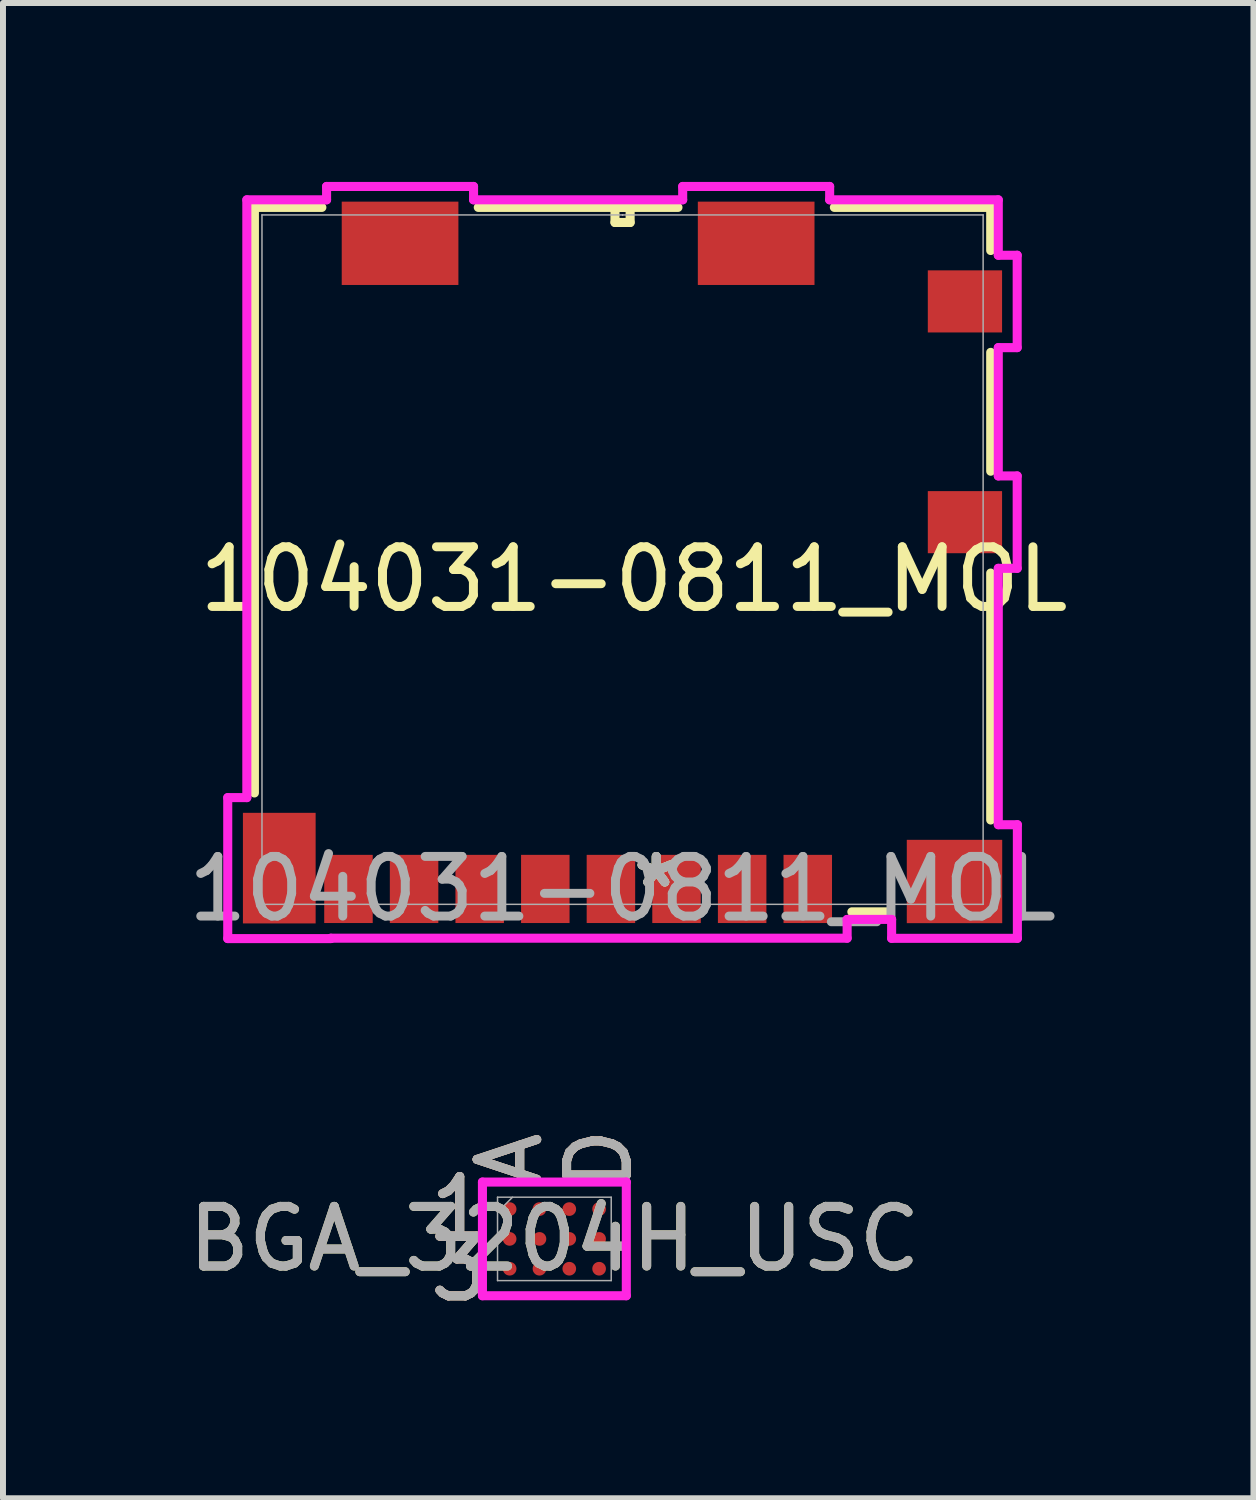
<source format=kicad_pcb>
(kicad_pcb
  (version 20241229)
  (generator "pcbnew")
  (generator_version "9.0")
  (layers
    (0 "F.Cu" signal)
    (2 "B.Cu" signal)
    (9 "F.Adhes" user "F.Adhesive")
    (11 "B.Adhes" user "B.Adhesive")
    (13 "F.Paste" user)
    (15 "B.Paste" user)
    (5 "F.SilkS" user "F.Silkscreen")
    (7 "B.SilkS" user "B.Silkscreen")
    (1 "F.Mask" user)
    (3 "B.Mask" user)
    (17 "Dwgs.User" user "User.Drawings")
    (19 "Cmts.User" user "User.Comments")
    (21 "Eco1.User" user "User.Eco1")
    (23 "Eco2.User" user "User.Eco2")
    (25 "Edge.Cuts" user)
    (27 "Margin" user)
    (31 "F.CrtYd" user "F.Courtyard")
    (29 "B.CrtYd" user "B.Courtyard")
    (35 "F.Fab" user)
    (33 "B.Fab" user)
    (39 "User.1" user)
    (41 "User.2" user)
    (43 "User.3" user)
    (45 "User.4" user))
  (footprint "BGA_3204H_USC"
    (layer "F.Cu")
    (at 6.244 17.72)
    (property "Reference" "BGA_3204H_USC" (at 0 0 0) (unlocked yes) (layer "F.SilkS") (effects (font (size 1 1) (thickness 0.15))))
    (attr smd)
    (fp_poly (pts (xy -1.445 -1.195) (xy 1.445 -1.195) (xy 1.445 1.195) (xy -1.445 1.195)) (stroke (width 0.1) (type solid)) (fill no) (layer "Eco2.User"))
    (fp_line (start -1.206 -0.953) (end 1.206 -0.953) (stroke (width 0.152) (type solid)) (layer "F.CrtYd"))
    (fp_line (start -1.206 0.953) (end -1.206 -0.953) (stroke (width 0.152) (type solid)) (layer "F.CrtYd"))
    (fp_line (start 1.206 -0.953) (end 1.206 0.953) (stroke (width 0.152) (type solid)) (layer "F.CrtYd"))
    (fp_line (start 1.206 0.953) (end -1.206 0.953) (stroke (width 0.152) (type solid)) (layer "F.CrtYd"))
    (fp_line (start -0.953 -0.699) (end -0.953 0.699) (stroke (width 0.025) (type solid)) (layer "F.Fab"))
    (fp_line (start -0.953 0.699) (end 0.953 0.699) (stroke (width 0.025) (type solid)) (layer "F.Fab"))
    (fp_line (start -0.702 -0.699) (end -0.953 -0.448) (stroke (width 0.025) (type solid)) (layer "F.Fab"))
    (fp_line (start 0.953 -0.699) (end -0.953 -0.699) (stroke (width 0.025) (type solid)) (layer "F.Fab"))
    (fp_line (start 0.953 0.699) (end 0.953 -0.699) (stroke (width 0.025) (type solid)) (layer "F.Fab"))
    (fp_text user "1" (at -1.587 -0.5 0) (unlocked yes) (layer "F.SilkS") (effects (font (size 1 1) (thickness 0.15))))
    (fp_text user "A" (at -0.75 -1.333 90) (unlocked yes) (layer "F.SilkS") (effects (font (size 1 1) (thickness 0.15))))
    (fp_text user "D" (at 0.75 -1.333 90) (unlocked yes) (layer "F.SilkS") (effects (font (size 1 1) (thickness 0.15))))
    (fp_text user "3" (at -1.587 0.5 0) (unlocked yes) (layer "F.SilkS") (effects (font (size 1 1) (thickness 0.15))))
    (fp_text user "D" (at 0.75 -1.333 90) (unlocked yes) (layer "B.SilkS") (effects (font (size 1 1) (thickness 0.15))))
    (fp_text user "A" (at -0.75 -1.333 90) (unlocked yes) (layer "B.SilkS") (effects (font (size 1 1) (thickness 0.15))))
    (fp_text user "3" (at -1.587 0.5 0) (unlocked yes) (layer "B.SilkS") (effects (font (size 1 1) (thickness 0.15))))
    (fp_text user "1" (at -1.587 -0.5 0) (unlocked yes) (layer "B.SilkS") (effects (font (size 1 1) (thickness 0.15))))
    (fp_text user "D" (at 0.75 -1.333 90) (unlocked yes) (layer "F.Fab") (effects (font (size 1 1) (thickness 0.15))))
    (fp_text user "1" (at -1.587 -0.5 0) (unlocked yes) (layer "F.Fab") (effects (font (size 1 1) (thickness 0.15))))
    (fp_text user "A" (at -0.75 -1.333 90) (unlocked yes) (layer "F.Fab") (effects (font (size 1 1) (thickness 0.15))))
    (fp_text user "3" (at -1.587 0.5 0) (unlocked yes) (layer "F.Fab") (effects (font (size 1 1) (thickness 0.15))))
    (fp_text user "${REFERENCE}" (at 0 0 0) (unlocked yes) (layer "F.Fab") (effects (font (size 1 1) (thickness 0.15))))
    (pad "A1" smd circle (at -0.75 -0.5) (size 0.229 0.229) (layers "F.Cu" "F.Mask" "F.Paste"))
    (pad "A2" smd circle (at -0.75 0) (size 0.229 0.229) (layers "F.Cu" "F.Mask" "F.Paste"))
    (pad "A3" smd circle (at -0.75 0.5) (size 0.229 0.229) (layers "F.Cu" "F.Mask" "F.Paste"))
    (pad "B1" smd circle (at -0.25 -0.5) (size 0.229 0.229) (layers "F.Cu" "F.Mask" "F.Paste"))
    (pad "B2" smd circle (at -0.25 0) (size 0.229 0.229) (layers "F.Cu" "F.Mask" "F.Paste"))
    (pad "B3" smd circle (at -0.25 0.5) (size 0.229 0.229) (layers "F.Cu" "F.Mask" "F.Paste"))
    (pad "C1" smd circle (at 0.25 -0.5) (size 0.229 0.229) (layers "F.Cu" "F.Mask" "F.Paste"))
    (pad "C2" smd circle (at 0.25 0) (size 0.229 0.229) (layers "F.Cu" "F.Mask" "F.Paste"))
    (pad "C3" smd circle (at 0.25 0.5) (size 0.229 0.229) (layers "F.Cu" "F.Mask" "F.Paste"))
    (pad "D1" smd circle (at 0.75 -0.5) (size 0.229 0.229) (layers "F.Cu" "F.Mask" "F.Paste"))
    (pad "D2" smd circle (at 0.75 0) (size 0.229 0.229) (layers "F.Cu" "F.Mask" "F.Paste"))
    (pad "D3" smd circle (at 0.75 0.5) (size 0.229 0.229) (layers "F.Cu" "F.Mask" "F.Paste")))
  (footprint "104031-0811_MOL"
    (layer "F.Cu")
    (at 7.387 6.332)
    (property "Reference" "104031-0811_MOL" (at 0.19 0.33 0) (unlocked yes) (layer "F.SilkS") (effects (font (size 1 1) (thickness 0.15))))
    (attr smd)
    (fp_line (start -6.172 -5.905) (end -6.172 3.912) (stroke (width 0.152) (type solid)) (layer "F.SilkS"))
    (fp_line (start -5.041 -5.905) (end -6.172 -5.905) (stroke (width 0.152) (type solid)) (layer "F.SilkS"))
    (fp_line (start -0.127 -5.905) (end -0.127 -5.652) (stroke (width 0.152) (type solid)) (layer "F.SilkS"))
    (fp_line (start -0.127 -5.652) (end 0.127 -5.652) (stroke (width 0.152) (type solid)) (layer "F.SilkS"))
    (fp_line (start 0.127 -5.905) (end -0.127 -5.905) (stroke (width 0.152) (type solid)) (layer "F.SilkS"))
    (fp_line (start 0.127 -5.652) (end 0.127 -5.905) (stroke (width 0.152) (type solid)) (layer "F.SilkS"))
    (fp_line (start 0.929 -5.905) (end -2.419 -5.905) (stroke (width 0.152) (type solid)) (layer "F.SilkS"))
    (fp_line (start 3.844 5.905) (end 4.432 5.905) (stroke (width 0.152) (type solid)) (layer "F.SilkS"))
    (fp_line (start 6.172 -5.905) (end 3.551 -5.905) (stroke (width 0.152) (type solid)) (layer "F.SilkS"))
    (fp_line (start 6.172 -5.182) (end 6.172 -5.905) (stroke (width 0.152) (type solid)) (layer "F.SilkS"))
    (fp_line (start 6.172 -1.482) (end 6.172 -3.475) (stroke (width 0.152) (type solid)) (layer "F.SilkS"))
    (fp_line (start 6.172 4.365) (end 6.172 0.225) (stroke (width 0.152) (type solid)) (layer "F.SilkS"))
    (fp_line (start -6.619 3.99) (end -6.619 6.353) (stroke (width 0.152) (type solid)) (layer "F.CrtYd"))
    (fp_line (start -6.619 6.353) (end -4.891 6.353) (stroke (width 0.152) (type solid)) (layer "F.CrtYd"))
    (fp_line (start -6.299 -6.032) (end -6.299 3.99) (stroke (width 0.152) (type solid)) (layer "F.CrtYd"))
    (fp_line (start -6.299 3.99) (end -6.619 3.99) (stroke (width 0.152) (type solid)) (layer "F.CrtYd"))
    (fp_line (start -4.962 -6.256) (end -4.962 -6.032) (stroke (width 0.152) (type solid)) (layer "F.CrtYd"))
    (fp_line (start -4.962 -6.032) (end -6.299 -6.032) (stroke (width 0.152) (type solid)) (layer "F.CrtYd"))
    (fp_line (start -4.891 6.347) (end 3.765 6.347) (stroke (width 0.152) (type solid)) (layer "F.CrtYd"))
    (fp_line (start -4.891 6.353) (end -4.891 6.347) (stroke (width 0.152) (type solid)) (layer "F.CrtYd"))
    (fp_line (start -2.498 -6.256) (end -4.962 -6.256) (stroke (width 0.152) (type solid)) (layer "F.CrtYd"))
    (fp_line (start -2.498 -6.032) (end -2.498 -6.256) (stroke (width 0.152) (type solid)) (layer "F.CrtYd"))
    (fp_line (start 1.008 -6.256) (end 1.008 -6.032) (stroke (width 0.152) (type solid)) (layer "F.CrtYd"))
    (fp_line (start 1.008 -6.032) (end -2.498 -6.032) (stroke (width 0.152) (type solid)) (layer "F.CrtYd"))
    (fp_line (start 3.472 -6.256) (end 1.008 -6.256) (stroke (width 0.152) (type solid)) (layer "F.CrtYd"))
    (fp_line (start 3.472 -6.032) (end 3.472 -6.256) (stroke (width 0.152) (type solid)) (layer "F.CrtYd"))
    (fp_line (start 3.765 6.032) (end 4.511 6.032) (stroke (width 0.152) (type solid)) (layer "F.CrtYd"))
    (fp_line (start 3.765 6.347) (end 3.765 6.032) (stroke (width 0.152) (type solid)) (layer "F.CrtYd"))
    (fp_line (start 4.511 6.032) (end 4.511 6.349) (stroke (width 0.152) (type solid)) (layer "F.CrtYd"))
    (fp_line (start 4.511 6.349) (end 6.619 6.349) (stroke (width 0.152) (type solid)) (layer "F.CrtYd"))
    (fp_line (start 6.299 -6.032) (end 3.472 -6.032) (stroke (width 0.152) (type solid)) (layer "F.CrtYd"))
    (fp_line (start 6.299 -5.103) (end 6.299 -6.032) (stroke (width 0.152) (type solid)) (layer "F.CrtYd"))
    (fp_line (start 6.299 -3.554) (end 6.616 -3.554) (stroke (width 0.152) (type solid)) (layer "F.CrtYd"))
    (fp_line (start 6.299 -1.403) (end 6.299 -3.554) (stroke (width 0.152) (type solid)) (layer "F.CrtYd"))
    (fp_line (start 6.299 0.146) (end 6.616 0.146) (stroke (width 0.152) (type solid)) (layer "F.CrtYd"))
    (fp_line (start 6.299 4.444) (end 6.299 0.146) (stroke (width 0.152) (type solid)) (layer "F.CrtYd"))
    (fp_line (start 6.616 -5.103) (end 6.299 -5.103) (stroke (width 0.152) (type solid)) (layer "F.CrtYd"))
    (fp_line (start 6.616 -3.554) (end 6.616 -5.103) (stroke (width 0.152) (type solid)) (layer "F.CrtYd"))
    (fp_line (start 6.616 -1.403) (end 6.299 -1.403) (stroke (width 0.152) (type solid)) (layer "F.CrtYd"))
    (fp_line (start 6.616 0.146) (end 6.616 -1.403) (stroke (width 0.152) (type solid)) (layer "F.CrtYd"))
    (fp_line (start 6.619 4.444) (end 6.299 4.444) (stroke (width 0.152) (type solid)) (layer "F.CrtYd"))
    (fp_line (start 6.619 6.349) (end 6.619 4.444) (stroke (width 0.152) (type solid)) (layer "F.CrtYd"))
    (fp_line (start -6.045 -5.779) (end -6.045 5.779) (stroke (width 0.025) (type solid)) (layer "F.Fab"))
    (fp_line (start -6.045 5.779) (end 6.045 5.779) (stroke (width 0.025) (type solid)) (layer "F.Fab"))
    (fp_line (start 0 -5.779) (end 0 -5.779) (stroke (width 0.025) (type solid)) (layer "F.Fab"))
    (fp_line (start 0 -5.779) (end 0 -5.779) (stroke (width 0.025) (type solid)) (layer "F.Fab"))
    (fp_line (start 0 -5.779) (end 0 -5.779) (stroke (width 0.025) (type solid)) (layer "F.Fab"))
    (fp_line (start 0 -5.779) (end 0 -5.779) (stroke (width 0.025) (type solid)) (layer "F.Fab"))
    (fp_line (start 6.045 -5.779) (end -6.045 -5.779) (stroke (width 0.025) (type solid)) (layer "F.Fab"))
    (fp_line (start 6.045 5.779) (end 6.045 -5.779) (stroke (width 0.025) (type solid)) (layer "F.Fab"))
    (fp_text user "*" (at 0.565 5.521 0) (unlocked yes) (layer "F.SilkS") (effects (font (size 1 1) (thickness 0.15))))
    (fp_text user "*" (at 0.565 5.521 0) (layer "F.SilkS") (effects (font (size 1 1) (thickness 0.15))))
    (fp_text user "${REFERENCE}" (at 0 5.521 0) (unlocked yes) (layer "F.Fab") (effects (font (size 1 1) (thickness 0.15))))
    (fp_text user "*" (at 0.565 5.521 0) (layer "F.Fab") (effects (font (size 1 1) (thickness 0.15))))
    (fp_text user "*" (at 0.565 5.521 0) (unlocked yes) (layer "F.Fab") (effects (font (size 1 1) (thickness 0.15))))
    (pad "1" smd rect (at 3.105 5.521) (size 0.813 1.143) (layers "F.Cu" "F.Mask" "F.Paste"))
    (pad "2" smd rect (at 2.005 5.521) (size 0.813 1.143) (layers "F.Cu" "F.Mask" "F.Paste"))
    (pad "3" smd rect (at 0.905 5.521) (size 0.813 1.143) (layers "F.Cu" "F.Mask" "F.Paste"))
    (pad "4" smd rect (at -0.195 5.521) (size 0.813 1.143) (layers "F.Cu" "F.Mask" "F.Paste"))
    (pad "5" smd rect (at -1.295 5.521) (size 0.813 1.143) (layers "F.Cu" "F.Mask" "F.Paste"))
    (pad "6" smd rect (at -2.395 5.521) (size 0.813 1.143) (layers "F.Cu" "F.Mask" "F.Paste"))
    (pad "7" smd rect (at -3.495 5.521) (size 0.813 1.143) (layers "F.Cu" "F.Mask" "F.Paste"))
    (pad "8" smd rect (at -4.595 5.521) (size 0.813 1.143) (layers "F.Cu" "F.Mask" "F.Paste"))
    (pad "9" smd rect (at 5.74 -0.628) (size 1.245 1.041) (layers "F.Cu" "F.Mask" "F.Paste"))
    (pad "10" smd rect (at 5.74 -4.329) (size 1.245 1.041) (layers "F.Cu" "F.Mask" "F.Paste"))
    (pad "11" smd rect (at 5.565 5.396) (size 1.6 1.397) (layers "F.Cu" "F.Mask" "F.Paste"))
    (pad "12" smd rect (at -5.755 5.172) (size 1.219 1.854) (layers "F.Cu" "F.Mask" "F.Paste"))
    (pad "13" smd rect (at -3.73 -5.303) (size 1.956 1.397) (layers "F.Cu" "F.Mask" "F.Paste"))
    (pad "14" smd rect (at 2.24 -5.303) (size 1.956 1.397) (layers "F.Cu" "F.Mask" "F.Paste")))
  (gr_rect
    (start -3 -3)
    (end 17.964 22.068)
    (stroke (width 0.1) (type default))
    (fill no)
    (layer "Edge.Cuts")))
</source>
